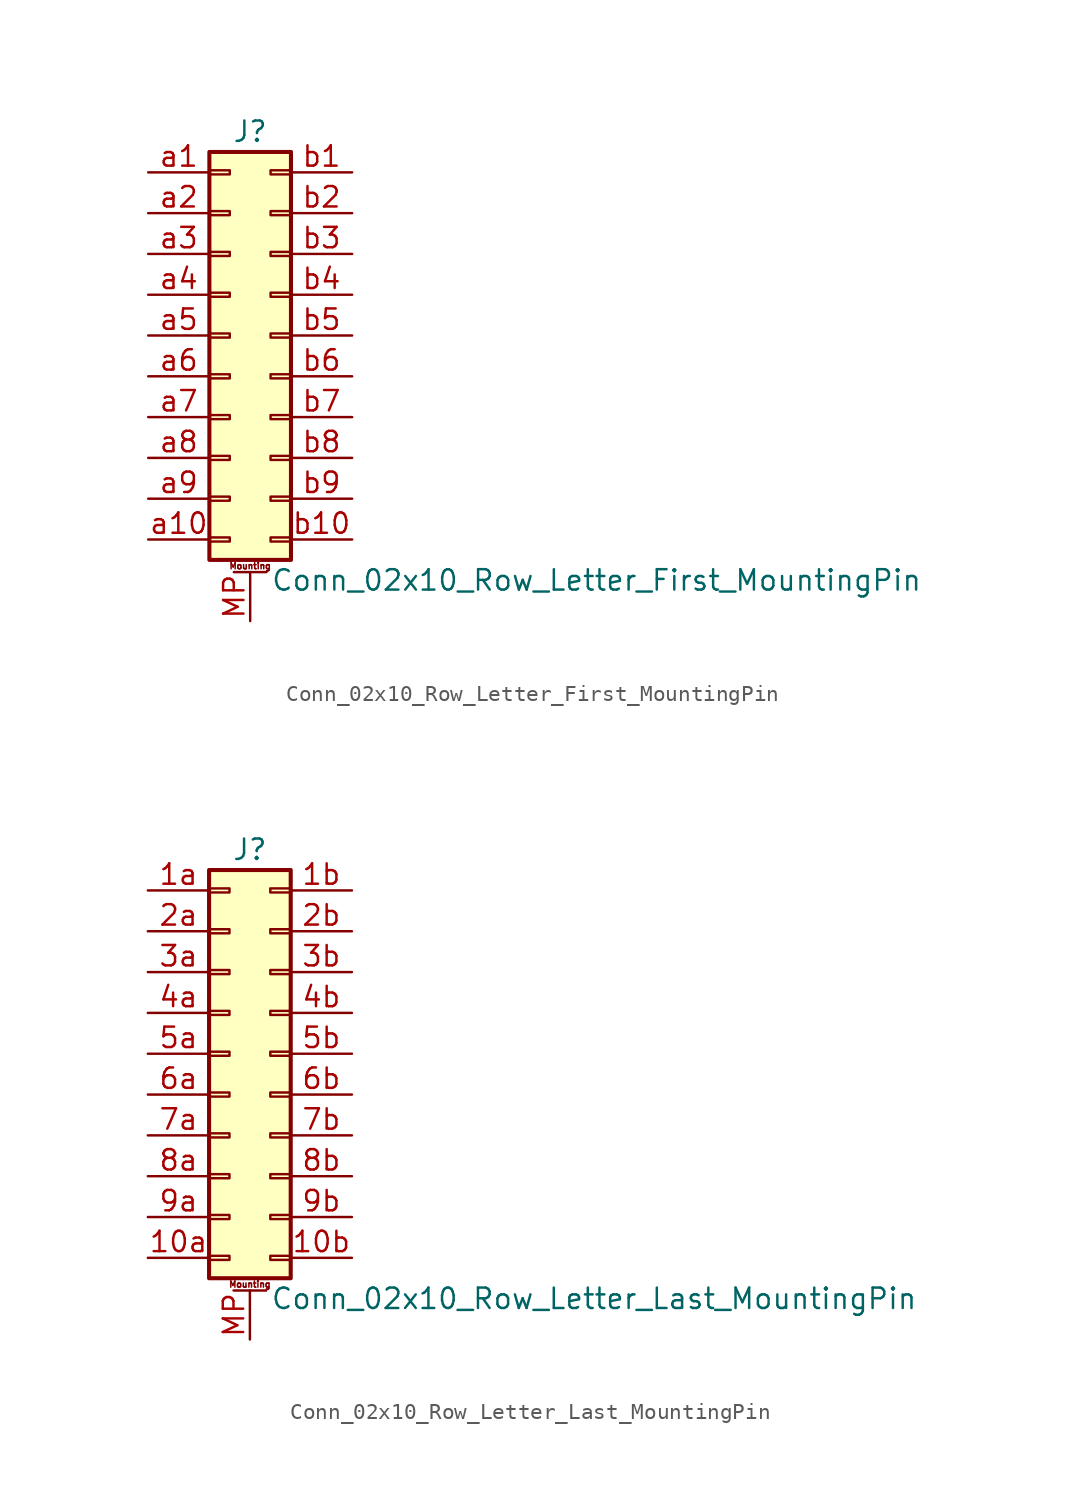
<source format=kicad_sym>
(kicad_symbol_lib
  (version 20201005)
  (generator kicad_symbol_editor)
  (symbol "Connector_Generic_MountingPin:Conn_02x10_Row_Letter_First_MountingPin"
    (pin_names
      (offset 1.016) hide)
    (property "Reference" "J"
      (at 1.27 12.7 0)
      (effects (font (size 1.27 1.27))))
    (property "Value" "Conn_02x10_Row_Letter_First_MountingPin"
      (at 2.54 -15.24 0)
      (effects (font (size 1.27 1.27)) (justify left)))
    (symbol "Conn_02x10_Row_Letter_First_MountingPin_1_1"
      (text "Mounting" (at 1.27 -14.351 0) (effects (font (size 0.381 0.381))))
      (rectangle (start -1.27 -4.953) (end 0 -5.207) (stroke (width 0.152)) (fill (type none)))
      (rectangle (start -1.27 -7.493) (end 0 -7.747) (stroke (width 0.152)) (fill (type none)))
      (rectangle (start -1.27 -10.033) (end 0 -10.287) (stroke (width 0.152)) (fill (type none)))
      (rectangle (start -1.27 -12.573) (end 0 -12.827) (stroke (width 0.152)) (fill (type none)))
      (rectangle (start -1.27 -2.413) (end 0 -2.667) (stroke (width 0.152)) (fill (type none)))
      (rectangle (start -1.27 2.667) (end 0 2.413) (stroke (width 0.152)) (fill (type none)))
      (rectangle (start -1.27 5.207) (end 0 4.953) (stroke (width 0.152)) (fill (type none)))
      (rectangle (start -1.27 7.747) (end 0 7.493) (stroke (width 0.152)) (fill (type none)))
      (rectangle (start -1.27 10.287) (end 0 10.033) (stroke (width 0.152)) (fill (type none)))
      (rectangle (start -1.27 11.43) (end 3.81 -13.97) (stroke (width 0.254)) (fill (type background)))
      (rectangle (start -1.27 0.127) (end 0 -0.127) (stroke (width 0.152)) (fill (type none)))
      (rectangle (start 3.81 -4.953) (end 2.54 -5.207) (stroke (width 0.152)) (fill (type none)))
      (rectangle (start 3.81 -7.493) (end 2.54 -7.747) (stroke (width 0.152)) (fill (type none)))
      (rectangle (start 3.81 -10.033) (end 2.54 -10.287) (stroke (width 0.152)) (fill (type none)))
      (rectangle (start 3.81 -12.573) (end 2.54 -12.827) (stroke (width 0.152)) (fill (type none)))
      (rectangle (start 3.81 -2.413) (end 2.54 -2.667) (stroke (width 0.152)) (fill (type none)))
      (rectangle (start 3.81 2.667) (end 2.54 2.413) (stroke (width 0.152)) (fill (type none)))
      (rectangle (start 3.81 5.207) (end 2.54 4.953) (stroke (width 0.152)) (fill (type none)))
      (rectangle (start 3.81 7.747) (end 2.54 7.493) (stroke (width 0.152)) (fill (type none)))
      (rectangle (start 3.81 10.287) (end 2.54 10.033) (stroke (width 0.152)) (fill (type none)))
      (rectangle (start 3.81 0.127) (end 2.54 -0.127) (stroke (width 0.152)) (fill (type none)))
      (polyline (pts (xy 0.254 -14.732) (xy 2.286 -14.732)) (stroke (width 0.152)) (fill (type none)))
      (pin passive line (at 1.27 -17.78 90) (length 3.048) (name "MountPin" (effects (font (size 1.27 1.27)))) (number "MP" (effects (font (size 1.27 1.27)))))
      (pin passive line (at -5.08 10.16 0) (length 3.81) (name "Pin_a1" (effects (font (size 1.27 1.27)))) (number "a1" (effects (font (size 1.27 1.27)))))
      (pin passive line (at -5.08 -12.7 0) (length 3.81) (name "Pin_a10" (effects (font (size 1.27 1.27)))) (number "a10" (effects (font (size 1.27 1.27)))))
      (pin passive line (at -5.08 7.62 0) (length 3.81) (name "Pin_a2" (effects (font (size 1.27 1.27)))) (number "a2" (effects (font (size 1.27 1.27)))))
      (pin passive line (at -5.08 5.08 0) (length 3.81) (name "Pin_a3" (effects (font (size 1.27 1.27)))) (number "a3" (effects (font (size 1.27 1.27)))))
      (pin passive line (at -5.08 2.54 0) (length 3.81) (name "Pin_a4" (effects (font (size 1.27 1.27)))) (number "a4" (effects (font (size 1.27 1.27)))))
      (pin passive line (at -5.08 0 0) (length 3.81) (name "Pin_a5" (effects (font (size 1.27 1.27)))) (number "a5" (effects (font (size 1.27 1.27)))))
      (pin passive line (at -5.08 -2.54 0) (length 3.81) (name "Pin_a6" (effects (font (size 1.27 1.27)))) (number "a6" (effects (font (size 1.27 1.27)))))
      (pin passive line (at -5.08 -5.08 0) (length 3.81) (name "Pin_a7" (effects (font (size 1.27 1.27)))) (number "a7" (effects (font (size 1.27 1.27)))))
      (pin passive line (at -5.08 -7.62 0) (length 3.81) (name "Pin_a8" (effects (font (size 1.27 1.27)))) (number "a8" (effects (font (size 1.27 1.27)))))
      (pin passive line (at -5.08 -10.16 0) (length 3.81) (name "Pin_a9" (effects (font (size 1.27 1.27)))) (number "a9" (effects (font (size 1.27 1.27)))))
      (pin passive line (at 7.62 10.16 180) (length 3.81) (name "Pin_b1" (effects (font (size 1.27 1.27)))) (number "b1" (effects (font (size 1.27 1.27)))))
      (pin passive line (at 7.62 -12.7 180) (length 3.81) (name "Pin_b10" (effects (font (size 1.27 1.27)))) (number "b10" (effects (font (size 1.27 1.27)))))
      (pin passive line (at 7.62 7.62 180) (length 3.81) (name "Pin_b2" (effects (font (size 1.27 1.27)))) (number "b2" (effects (font (size 1.27 1.27)))))
      (pin passive line (at 7.62 5.08 180) (length 3.81) (name "Pin_b3" (effects (font (size 1.27 1.27)))) (number "b3" (effects (font (size 1.27 1.27)))))
      (pin passive line (at 7.62 2.54 180) (length 3.81) (name "Pin_b4" (effects (font (size 1.27 1.27)))) (number "b4" (effects (font (size 1.27 1.27)))))
      (pin passive line (at 7.62 0 180) (length 3.81) (name "Pin_b5" (effects (font (size 1.27 1.27)))) (number "b5" (effects (font (size 1.27 1.27)))))
      (pin passive line (at 7.62 -2.54 180) (length 3.81) (name "Pin_b6" (effects (font (size 1.27 1.27)))) (number "b6" (effects (font (size 1.27 1.27)))))
      (pin passive line (at 7.62 -5.08 180) (length 3.81) (name "Pin_b7" (effects (font (size 1.27 1.27)))) (number "b7" (effects (font (size 1.27 1.27)))))
      (pin passive line (at 7.62 -7.62 180) (length 3.81) (name "Pin_b8" (effects (font (size 1.27 1.27)))) (number "b8" (effects (font (size 1.27 1.27)))))
      (pin passive line (at 7.62 -10.16 180) (length 3.81) (name "Pin_b9" (effects (font (size 1.27 1.27)))) (number "b9" (effects (font (size 1.27 1.27)))))))
  (symbol "Connector_Generic_MountingPin:Conn_02x10_Row_Letter_Last_MountingPin"
    (pin_names
      (offset 1.016) hide)
    (property "Reference" "J"
      (at 1.27 12.7 0)
      (effects (font (size 1.27 1.27))))
    (property "Value" "Conn_02x10_Row_Letter_Last_MountingPin"
      (at 2.54 -15.24 0)
      (effects (font (size 1.27 1.27)) (justify left)))
    (symbol "Conn_02x10_Row_Letter_Last_MountingPin_1_1"
      (text "Mounting" (at 1.27 -14.351 0) (effects (font (size 0.381 0.381))))
      (rectangle (start -1.27 -4.953) (end 0 -5.207) (stroke (width 0.152)) (fill (type none)))
      (rectangle (start -1.27 -7.493) (end 0 -7.747) (stroke (width 0.152)) (fill (type none)))
      (rectangle (start -1.27 -10.033) (end 0 -10.287) (stroke (width 0.152)) (fill (type none)))
      (rectangle (start -1.27 -12.573) (end 0 -12.827) (stroke (width 0.152)) (fill (type none)))
      (rectangle (start -1.27 -2.413) (end 0 -2.667) (stroke (width 0.152)) (fill (type none)))
      (rectangle (start -1.27 2.667) (end 0 2.413) (stroke (width 0.152)) (fill (type none)))
      (rectangle (start -1.27 5.207) (end 0 4.953) (stroke (width 0.152)) (fill (type none)))
      (rectangle (start -1.27 7.747) (end 0 7.493) (stroke (width 0.152)) (fill (type none)))
      (rectangle (start -1.27 10.287) (end 0 10.033) (stroke (width 0.152)) (fill (type none)))
      (rectangle (start -1.27 11.43) (end 3.81 -13.97) (stroke (width 0.254)) (fill (type background)))
      (rectangle (start -1.27 0.127) (end 0 -0.127) (stroke (width 0.152)) (fill (type none)))
      (rectangle (start 3.81 -4.953) (end 2.54 -5.207) (stroke (width 0.152)) (fill (type none)))
      (rectangle (start 3.81 -7.493) (end 2.54 -7.747) (stroke (width 0.152)) (fill (type none)))
      (rectangle (start 3.81 -10.033) (end 2.54 -10.287) (stroke (width 0.152)) (fill (type none)))
      (rectangle (start 3.81 -12.573) (end 2.54 -12.827) (stroke (width 0.152)) (fill (type none)))
      (rectangle (start 3.81 -2.413) (end 2.54 -2.667) (stroke (width 0.152)) (fill (type none)))
      (rectangle (start 3.81 2.667) (end 2.54 2.413) (stroke (width 0.152)) (fill (type none)))
      (rectangle (start 3.81 5.207) (end 2.54 4.953) (stroke (width 0.152)) (fill (type none)))
      (rectangle (start 3.81 7.747) (end 2.54 7.493) (stroke (width 0.152)) (fill (type none)))
      (rectangle (start 3.81 10.287) (end 2.54 10.033) (stroke (width 0.152)) (fill (type none)))
      (rectangle (start 3.81 0.127) (end 2.54 -0.127) (stroke (width 0.152)) (fill (type none)))
      (polyline (pts (xy 0.254 -14.732) (xy 2.286 -14.732)) (stroke (width 0.152)) (fill (type none)))
      (pin passive line (at 1.27 -17.78 90) (length 3.048) (name "MountPin" (effects (font (size 1.27 1.27)))) (number "MP" (effects (font (size 1.27 1.27)))))
      (pin passive line (at -5.08 -12.7 0) (length 3.81) (name "Pin_10a" (effects (font (size 1.27 1.27)))) (number "10a" (effects (font (size 1.27 1.27)))))
      (pin passive line (at 7.62 -12.7 180) (length 3.81) (name "Pin_10b" (effects (font (size 1.27 1.27)))) (number "10b" (effects (font (size 1.27 1.27)))))
      (pin passive line (at -5.08 10.16 0) (length 3.81) (name "Pin_1a" (effects (font (size 1.27 1.27)))) (number "1a" (effects (font (size 1.27 1.27)))))
      (pin passive line (at 7.62 10.16 180) (length 3.81) (name "Pin_1b" (effects (font (size 1.27 1.27)))) (number "1b" (effects (font (size 1.27 1.27)))))
      (pin passive line (at -5.08 7.62 0) (length 3.81) (name "Pin_2a" (effects (font (size 1.27 1.27)))) (number "2a" (effects (font (size 1.27 1.27)))))
      (pin passive line (at 7.62 7.62 180) (length 3.81) (name "Pin_2b" (effects (font (size 1.27 1.27)))) (number "2b" (effects (font (size 1.27 1.27)))))
      (pin passive line (at -5.08 5.08 0) (length 3.81) (name "Pin_3a" (effects (font (size 1.27 1.27)))) (number "3a" (effects (font (size 1.27 1.27)))))
      (pin passive line (at 7.62 5.08 180) (length 3.81) (name "Pin_3b" (effects (font (size 1.27 1.27)))) (number "3b" (effects (font (size 1.27 1.27)))))
      (pin passive line (at -5.08 2.54 0) (length 3.81) (name "Pin_4a" (effects (font (size 1.27 1.27)))) (number "4a" (effects (font (size 1.27 1.27)))))
      (pin passive line (at 7.62 2.54 180) (length 3.81) (name "Pin_4b" (effects (font (size 1.27 1.27)))) (number "4b" (effects (font (size 1.27 1.27)))))
      (pin passive line (at -5.08 0 0) (length 3.81) (name "Pin_5a" (effects (font (size 1.27 1.27)))) (number "5a" (effects (font (size 1.27 1.27)))))
      (pin passive line (at 7.62 0 180) (length 3.81) (name "Pin_5b" (effects (font (size 1.27 1.27)))) (number "5b" (effects (font (size 1.27 1.27)))))
      (pin passive line (at -5.08 -2.54 0) (length 3.81) (name "Pin_6a" (effects (font (size 1.27 1.27)))) (number "6a" (effects (font (size 1.27 1.27)))))
      (pin passive line (at 7.62 -2.54 180) (length 3.81) (name "Pin_6b" (effects (font (size 1.27 1.27)))) (number "6b" (effects (font (size 1.27 1.27)))))
      (pin passive line (at -5.08 -5.08 0) (length 3.81) (name "Pin_7a" (effects (font (size 1.27 1.27)))) (number "7a" (effects (font (size 1.27 1.27)))))
      (pin passive line (at 7.62 -5.08 180) (length 3.81) (name "Pin_7b" (effects (font (size 1.27 1.27)))) (number "7b" (effects (font (size 1.27 1.27)))))
      (pin passive line (at -5.08 -7.62 0) (length 3.81) (name "Pin_8a" (effects (font (size 1.27 1.27)))) (number "8a" (effects (font (size 1.27 1.27)))))
      (pin passive line (at 7.62 -7.62 180) (length 3.81) (name "Pin_8b" (effects (font (size 1.27 1.27)))) (number "8b" (effects (font (size 1.27 1.27)))))
      (pin passive line (at -5.08 -10.16 0) (length 3.81) (name "Pin_9a" (effects (font (size 1.27 1.27)))) (number "9a" (effects (font (size 1.27 1.27)))))
      (pin passive line (at 7.62 -10.16 180) (length 3.81) (name "Pin_9b" (effects (font (size 1.27 1.27)))) (number "9b" (effects (font (size 1.27 1.27))))))))
</source>
